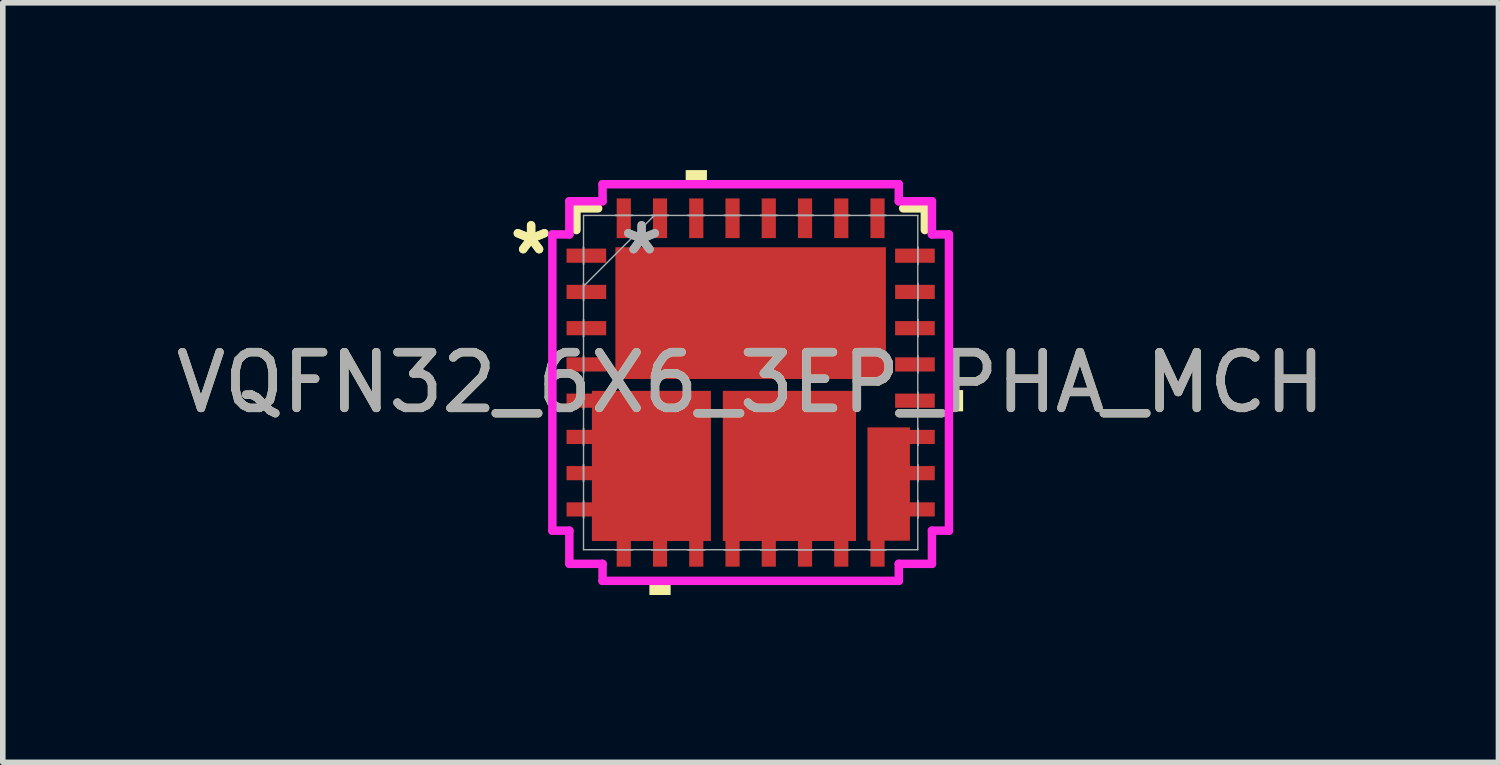
<source format=kicad_pcb>
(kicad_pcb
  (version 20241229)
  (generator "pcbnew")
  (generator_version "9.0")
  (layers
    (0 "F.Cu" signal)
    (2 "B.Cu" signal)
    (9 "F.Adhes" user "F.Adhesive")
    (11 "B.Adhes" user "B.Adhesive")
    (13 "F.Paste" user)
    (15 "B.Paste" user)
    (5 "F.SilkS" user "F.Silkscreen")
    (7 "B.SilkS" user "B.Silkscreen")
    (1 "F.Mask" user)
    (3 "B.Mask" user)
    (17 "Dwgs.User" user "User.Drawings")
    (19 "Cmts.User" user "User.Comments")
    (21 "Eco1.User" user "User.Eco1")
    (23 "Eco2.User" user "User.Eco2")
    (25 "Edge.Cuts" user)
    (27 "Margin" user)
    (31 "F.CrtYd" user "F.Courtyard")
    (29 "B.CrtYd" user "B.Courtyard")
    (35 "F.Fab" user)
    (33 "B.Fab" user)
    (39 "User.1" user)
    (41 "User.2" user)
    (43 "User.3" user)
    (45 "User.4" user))
  (footprint "VQFN32_6X6_3EP_PHA_MCH"
    (layer "F.Cu")
    (at 10.411 3.81)
    (property "Reference" "VQFN32_6X6_3EP_PHA_MCH" (at 0 0 0) (unlocked yes) (layer "F.SilkS") (effects (font (size 1 1) (thickness 0.15))))
    (attr smd)
    (fp_poly (pts (xy -2.847 0.149) (xy -0.713 0.149) (xy -0.713 2.841) (xy -2.847 2.841)) (stroke (width 0) (type solid)) (fill yes) (layer "F.Cu"))
    (fp_poly (pts (xy -0.499 0.149) (xy 1.889 0.149) (xy 1.889 2.841) (xy -0.499 2.841)) (stroke (width 0) (type solid)) (fill yes) (layer "F.Cu"))
    (fp_poly (pts (xy 2.094 0.804) (xy 2.856 0.804) (xy 2.856 2.836) (xy 2.094 2.836)) (stroke (width 0) (type solid)) (fill yes) (layer "F.Cu"))
    (fp_poly (pts (xy -2.847 0.149) (xy -0.713 0.149) (xy -0.713 2.841) (xy -2.847 2.841)) (stroke (width 0) (type solid)) (fill yes) (layer "F.Mask"))
    (fp_poly (pts (xy -0.499 0.149) (xy 1.889 0.149) (xy 1.889 2.841) (xy -0.499 2.841)) (stroke (width 0) (type solid)) (fill yes) (layer "F.Mask"))
    (fp_poly (pts (xy 2.094 0.804) (xy 2.856 0.804) (xy 2.856 2.836) (xy 2.094 2.836)) (stroke (width 0) (type solid)) (fill yes) (layer "F.Mask"))
    (fp_line (start -3.124 -3.124) (end -3.124 -2.735) (stroke (width 0.152) (type solid)) (layer "F.SilkS"))
    (fp_line (start -2.735 -3.124) (end -3.124 -3.124) (stroke (width 0.152) (type solid)) (layer "F.SilkS"))
    (fp_line (start 3.124 -3.124) (end 2.735 -3.124) (stroke (width 0.152) (type solid)) (layer "F.SilkS"))
    (fp_line (start 3.124 -2.735) (end 3.124 -3.124) (stroke (width 0.152) (type solid)) (layer "F.SilkS"))
    (fp_poly (pts (xy -1.816 3.556) (xy -1.816 3.81) (xy -1.435 3.81) (xy -1.435 3.556)) (stroke (width 0) (type solid)) (fill yes) (layer "F.SilkS"))
    (fp_poly (pts (xy -1.165 -3.556) (xy -1.165 -3.81) (xy -0.784 -3.81) (xy -0.784 -3.556)) (stroke (width 0) (type solid)) (fill yes) (layer "F.SilkS"))
    (fp_poly (pts (xy 3.81 0.135) (xy 3.81 0.516) (xy 3.556 0.516) (xy 3.556 0.135)) (stroke (width 0) (type solid)) (fill yes) (layer "F.SilkS"))
    (fp_poly (pts (xy -2.847 0.149) (xy -0.713 0.149) (xy -0.713 2.841) (xy -2.847 2.841)) (stroke (width 0) (type solid)) (fill yes) (layer "F.Paste"))
    (fp_poly (pts (xy -0.499 0.149) (xy 1.889 0.149) (xy 1.889 2.841) (xy -0.499 2.841)) (stroke (width 0) (type solid)) (fill yes) (layer "F.Paste"))
    (fp_poly (pts (xy 2.094 0.804) (xy 2.856 0.804) (xy 2.856 2.836) (xy 2.094 2.836)) (stroke (width 0) (type solid)) (fill yes) (layer "F.Paste"))
    (fp_line (start -3.556 -2.656) (end -3.251 -2.656) (stroke (width 0.152) (type solid)) (layer "F.CrtYd"))
    (fp_line (start -3.556 2.656) (end -3.556 -2.656) (stroke (width 0.152) (type solid)) (layer "F.CrtYd"))
    (fp_line (start -3.251 -3.251) (end -2.656 -3.251) (stroke (width 0.152) (type solid)) (layer "F.CrtYd"))
    (fp_line (start -3.251 -2.656) (end -3.251 -3.251) (stroke (width 0.152) (type solid)) (layer "F.CrtYd"))
    (fp_line (start -3.251 2.656) (end -3.556 2.656) (stroke (width 0.152) (type solid)) (layer "F.CrtYd"))
    (fp_line (start -3.251 3.251) (end -3.251 2.656) (stroke (width 0.152) (type solid)) (layer "F.CrtYd"))
    (fp_line (start -2.656 -3.556) (end 2.656 -3.556) (stroke (width 0.152) (type solid)) (layer "F.CrtYd"))
    (fp_line (start -2.656 -3.251) (end -2.656 -3.556) (stroke (width 0.152) (type solid)) (layer "F.CrtYd"))
    (fp_line (start -2.656 3.251) (end -3.251 3.251) (stroke (width 0.152) (type solid)) (layer "F.CrtYd"))
    (fp_line (start -2.656 3.556) (end -2.656 3.251) (stroke (width 0.152) (type solid)) (layer "F.CrtYd"))
    (fp_line (start 2.656 -3.556) (end 2.656 -3.251) (stroke (width 0.152) (type solid)) (layer "F.CrtYd"))
    (fp_line (start 2.656 -3.251) (end 3.251 -3.251) (stroke (width 0.152) (type solid)) (layer "F.CrtYd"))
    (fp_line (start 2.656 3.251) (end 2.656 3.556) (stroke (width 0.152) (type solid)) (layer "F.CrtYd"))
    (fp_line (start 2.656 3.556) (end -2.656 3.556) (stroke (width 0.152) (type solid)) (layer "F.CrtYd"))
    (fp_line (start 3.251 -3.251) (end 3.251 -2.656) (stroke (width 0.152) (type solid)) (layer "F.CrtYd"))
    (fp_line (start 3.251 -2.656) (end 3.556 -2.656) (stroke (width 0.152) (type solid)) (layer "F.CrtYd"))
    (fp_line (start 3.251 2.656) (end 3.251 3.251) (stroke (width 0.152) (type solid)) (layer "F.CrtYd"))
    (fp_line (start 3.251 3.251) (end 2.656 3.251) (stroke (width 0.152) (type solid)) (layer "F.CrtYd"))
    (fp_line (start 3.556 -2.656) (end 3.556 2.656) (stroke (width 0.152) (type solid)) (layer "F.CrtYd"))
    (fp_line (start 3.556 2.656) (end 3.251 2.656) (stroke (width 0.152) (type solid)) (layer "F.CrtYd"))
    (fp_line (start -2.997 -2.997) (end -2.997 2.997) (stroke (width 0.025) (type solid)) (layer "F.Fab"))
    (fp_line (start -2.997 -2.427) (end -2.997 -2.427) (stroke (width 0.025) (type solid)) (layer "F.Fab"))
    (fp_line (start -2.997 -2.427) (end -2.997 -2.123) (stroke (width 0.025) (type solid)) (layer "F.Fab"))
    (fp_line (start -2.997 -2.123) (end -2.997 -2.427) (stroke (width 0.025) (type solid)) (layer "F.Fab"))
    (fp_line (start -2.997 -2.123) (end -2.997 -2.123) (stroke (width 0.025) (type solid)) (layer "F.Fab"))
    (fp_line (start -2.997 -1.777) (end -2.997 -1.777) (stroke (width 0.025) (type solid)) (layer "F.Fab"))
    (fp_line (start -2.997 -1.777) (end -2.997 -1.473) (stroke (width 0.025) (type solid)) (layer "F.Fab"))
    (fp_line (start -2.997 -1.727) (end -1.727 -2.997) (stroke (width 0.025) (type solid)) (layer "F.Fab"))
    (fp_line (start -2.997 -1.473) (end -2.997 -1.777) (stroke (width 0.025) (type solid)) (layer "F.Fab"))
    (fp_line (start -2.997 -1.473) (end -2.997 -1.473) (stroke (width 0.025) (type solid)) (layer "F.Fab"))
    (fp_line (start -2.997 -1.127) (end -2.997 -1.127) (stroke (width 0.025) (type solid)) (layer "F.Fab"))
    (fp_line (start -2.997 -1.127) (end -2.997 -0.823) (stroke (width 0.025) (type solid)) (layer "F.Fab"))
    (fp_line (start -2.997 -0.823) (end -2.997 -1.127) (stroke (width 0.025) (type solid)) (layer "F.Fab"))
    (fp_line (start -2.997 -0.823) (end -2.997 -0.823) (stroke (width 0.025) (type solid)) (layer "F.Fab"))
    (fp_line (start -2.997 -0.477) (end -2.997 -0.477) (stroke (width 0.025) (type solid)) (layer "F.Fab"))
    (fp_line (start -2.997 -0.477) (end -2.997 -0.173) (stroke (width 0.025) (type solid)) (layer "F.Fab"))
    (fp_line (start -2.997 -0.173) (end -2.997 -0.477) (stroke (width 0.025) (type solid)) (layer "F.Fab"))
    (fp_line (start -2.997 -0.173) (end -2.997 -0.173) (stroke (width 0.025) (type solid)) (layer "F.Fab"))
    (fp_line (start -2.997 0.173) (end -2.997 0.173) (stroke (width 0.025) (type solid)) (layer "F.Fab"))
    (fp_line (start -2.997 0.173) (end -2.997 0.477) (stroke (width 0.025) (type solid)) (layer "F.Fab"))
    (fp_line (start -2.997 0.477) (end -2.997 0.173) (stroke (width 0.025) (type solid)) (layer "F.Fab"))
    (fp_line (start -2.997 0.477) (end -2.997 0.477) (stroke (width 0.025) (type solid)) (layer "F.Fab"))
    (fp_line (start -2.997 0.823) (end -2.997 0.823) (stroke (width 0.025) (type solid)) (layer "F.Fab"))
    (fp_line (start -2.997 0.823) (end -2.997 1.127) (stroke (width 0.025) (type solid)) (layer "F.Fab"))
    (fp_line (start -2.997 1.127) (end -2.997 0.823) (stroke (width 0.025) (type solid)) (layer "F.Fab"))
    (fp_line (start -2.997 1.127) (end -2.997 1.127) (stroke (width 0.025) (type solid)) (layer "F.Fab"))
    (fp_line (start -2.997 1.473) (end -2.997 1.473) (stroke (width 0.025) (type solid)) (layer "F.Fab"))
    (fp_line (start -2.997 1.473) (end -2.997 1.777) (stroke (width 0.025) (type solid)) (layer "F.Fab"))
    (fp_line (start -2.997 1.777) (end -2.997 1.473) (stroke (width 0.025) (type solid)) (layer "F.Fab"))
    (fp_line (start -2.997 1.777) (end -2.997 1.777) (stroke (width 0.025) (type solid)) (layer "F.Fab"))
    (fp_line (start -2.997 2.123) (end -2.997 2.123) (stroke (width 0.025) (type solid)) (layer "F.Fab"))
    (fp_line (start -2.997 2.123) (end -2.997 2.427) (stroke (width 0.025) (type solid)) (layer "F.Fab"))
    (fp_line (start -2.997 2.427) (end -2.997 2.123) (stroke (width 0.025) (type solid)) (layer "F.Fab"))
    (fp_line (start -2.997 2.427) (end -2.997 2.427) (stroke (width 0.025) (type solid)) (layer "F.Fab"))
    (fp_line (start -2.997 2.997) (end 2.997 2.997) (stroke (width 0.025) (type solid)) (layer "F.Fab"))
    (fp_line (start -2.427 -2.997) (end -2.427 -2.997) (stroke (width 0.025) (type solid)) (layer "F.Fab"))
    (fp_line (start -2.427 -2.997) (end -2.123 -2.997) (stroke (width 0.025) (type solid)) (layer "F.Fab"))
    (fp_line (start -2.427 2.997) (end -2.427 2.997) (stroke (width 0.025) (type solid)) (layer "F.Fab"))
    (fp_line (start -2.427 2.997) (end -2.123 2.997) (stroke (width 0.025) (type solid)) (layer "F.Fab"))
    (fp_line (start -2.123 -2.997) (end -2.427 -2.997) (stroke (width 0.025) (type solid)) (layer "F.Fab"))
    (fp_line (start -2.123 -2.997) (end -2.123 -2.997) (stroke (width 0.025) (type solid)) (layer "F.Fab"))
    (fp_line (start -2.123 2.997) (end -2.427 2.997) (stroke (width 0.025) (type solid)) (layer "F.Fab"))
    (fp_line (start -2.123 2.997) (end -2.123 2.997) (stroke (width 0.025) (type solid)) (layer "F.Fab"))
    (fp_line (start -1.777 -2.997) (end -1.777 -2.997) (stroke (width 0.025) (type solid)) (layer "F.Fab"))
    (fp_line (start -1.777 -2.997) (end -1.473 -2.997) (stroke (width 0.025) (type solid)) (layer "F.Fab"))
    (fp_line (start -1.777 2.997) (end -1.777 2.997) (stroke (width 0.025) (type solid)) (layer "F.Fab"))
    (fp_line (start -1.777 2.997) (end -1.473 2.997) (stroke (width 0.025) (type solid)) (layer "F.Fab"))
    (fp_line (start -1.473 -2.997) (end -1.777 -2.997) (stroke (width 0.025) (type solid)) (layer "F.Fab"))
    (fp_line (start -1.473 -2.997) (end -1.473 -2.997) (stroke (width 0.025) (type solid)) (layer "F.Fab"))
    (fp_line (start -1.473 2.997) (end -1.777 2.997) (stroke (width 0.025) (type solid)) (layer "F.Fab"))
    (fp_line (start -1.473 2.997) (end -1.473 2.997) (stroke (width 0.025) (type solid)) (layer "F.Fab"))
    (fp_line (start -1.127 -2.997) (end -1.127 -2.997) (stroke (width 0.025) (type solid)) (layer "F.Fab"))
    (fp_line (start -1.127 -2.997) (end -0.823 -2.997) (stroke (width 0.025) (type solid)) (layer "F.Fab"))
    (fp_line (start -1.127 2.997) (end -1.127 2.997) (stroke (width 0.025) (type solid)) (layer "F.Fab"))
    (fp_line (start -1.127 2.997) (end -0.823 2.997) (stroke (width 0.025) (type solid)) (layer "F.Fab"))
    (fp_line (start -0.823 -2.997) (end -1.127 -2.997) (stroke (width 0.025) (type solid)) (layer "F.Fab"))
    (fp_line (start -0.823 -2.997) (end -0.823 -2.997) (stroke (width 0.025) (type solid)) (layer "F.Fab"))
    (fp_line (start -0.823 2.997) (end -1.127 2.997) (stroke (width 0.025) (type solid)) (layer "F.Fab"))
    (fp_line (start -0.823 2.997) (end -0.823 2.997) (stroke (width 0.025) (type solid)) (layer "F.Fab"))
    (fp_line (start -0.477 -2.997) (end -0.477 -2.997) (stroke (width 0.025) (type solid)) (layer "F.Fab"))
    (fp_line (start -0.477 -2.997) (end -0.173 -2.997) (stroke (width 0.025) (type solid)) (layer "F.Fab"))
    (fp_line (start -0.477 2.997) (end -0.477 2.997) (stroke (width 0.025) (type solid)) (layer "F.Fab"))
    (fp_line (start -0.477 2.997) (end -0.173 2.997) (stroke (width 0.025) (type solid)) (layer "F.Fab"))
    (fp_line (start -0.173 -2.997) (end -0.477 -2.997) (stroke (width 0.025) (type solid)) (layer "F.Fab"))
    (fp_line (start -0.173 -2.997) (end -0.173 -2.997) (stroke (width 0.025) (type solid)) (layer "F.Fab"))
    (fp_line (start -0.173 2.997) (end -0.477 2.997) (stroke (width 0.025) (type solid)) (layer "F.Fab"))
    (fp_line (start -0.173 2.997) (end -0.173 2.997) (stroke (width 0.025) (type solid)) (layer "F.Fab"))
    (fp_line (start 0.173 -2.997) (end 0.173 -2.997) (stroke (width 0.025) (type solid)) (layer "F.Fab"))
    (fp_line (start 0.173 -2.997) (end 0.477 -2.997) (stroke (width 0.025) (type solid)) (layer "F.Fab"))
    (fp_line (start 0.173 2.997) (end 0.173 2.997) (stroke (width 0.025) (type solid)) (layer "F.Fab"))
    (fp_line (start 0.173 2.997) (end 0.477 2.997) (stroke (width 0.025) (type solid)) (layer "F.Fab"))
    (fp_line (start 0.477 -2.997) (end 0.173 -2.997) (stroke (width 0.025) (type solid)) (layer "F.Fab"))
    (fp_line (start 0.477 -2.997) (end 0.477 -2.997) (stroke (width 0.025) (type solid)) (layer "F.Fab"))
    (fp_line (start 0.477 2.997) (end 0.173 2.997) (stroke (width 0.025) (type solid)) (layer "F.Fab"))
    (fp_line (start 0.477 2.997) (end 0.477 2.997) (stroke (width 0.025) (type solid)) (layer "F.Fab"))
    (fp_line (start 0.823 -2.997) (end 0.823 -2.997) (stroke (width 0.025) (type solid)) (layer "F.Fab"))
    (fp_line (start 0.823 -2.997) (end 1.127 -2.997) (stroke (width 0.025) (type solid)) (layer "F.Fab"))
    (fp_line (start 0.823 2.997) (end 0.823 2.997) (stroke (width 0.025) (type solid)) (layer "F.Fab"))
    (fp_line (start 0.823 2.997) (end 1.127 2.997) (stroke (width 0.025) (type solid)) (layer "F.Fab"))
    (fp_line (start 1.127 -2.997) (end 0.823 -2.997) (stroke (width 0.025) (type solid)) (layer "F.Fab"))
    (fp_line (start 1.127 -2.997) (end 1.127 -2.997) (stroke (width 0.025) (type solid)) (layer "F.Fab"))
    (fp_line (start 1.127 2.997) (end 0.823 2.997) (stroke (width 0.025) (type solid)) (layer "F.Fab"))
    (fp_line (start 1.127 2.997) (end 1.127 2.997) (stroke (width 0.025) (type solid)) (layer "F.Fab"))
    (fp_line (start 1.473 -2.997) (end 1.473 -2.997) (stroke (width 0.025) (type solid)) (layer "F.Fab"))
    (fp_line (start 1.473 -2.997) (end 1.777 -2.997) (stroke (width 0.025) (type solid)) (layer "F.Fab"))
    (fp_line (start 1.473 2.997) (end 1.473 2.997) (stroke (width 0.025) (type solid)) (layer "F.Fab"))
    (fp_line (start 1.473 2.997) (end 1.777 2.997) (stroke (width 0.025) (type solid)) (layer "F.Fab"))
    (fp_line (start 1.777 -2.997) (end 1.473 -2.997) (stroke (width 0.025) (type solid)) (layer "F.Fab"))
    (fp_line (start 1.777 -2.997) (end 1.777 -2.997) (stroke (width 0.025) (type solid)) (layer "F.Fab"))
    (fp_line (start 1.777 2.997) (end 1.473 2.997) (stroke (width 0.025) (type solid)) (layer "F.Fab"))
    (fp_line (start 1.777 2.997) (end 1.777 2.997) (stroke (width 0.025) (type solid)) (layer "F.Fab"))
    (fp_line (start 2.123 -2.997) (end 2.123 -2.997) (stroke (width 0.025) (type solid)) (layer "F.Fab"))
    (fp_line (start 2.123 -2.997) (end 2.427 -2.997) (stroke (width 0.025) (type solid)) (layer "F.Fab"))
    (fp_line (start 2.123 2.997) (end 2.123 2.997) (stroke (width 0.025) (type solid)) (layer "F.Fab"))
    (fp_line (start 2.123 2.997) (end 2.427 2.997) (stroke (width 0.025) (type solid)) (layer "F.Fab"))
    (fp_line (start 2.427 -2.997) (end 2.123 -2.997) (stroke (width 0.025) (type solid)) (layer "F.Fab"))
    (fp_line (start 2.427 -2.997) (end 2.427 -2.997) (stroke (width 0.025) (type solid)) (layer "F.Fab"))
    (fp_line (start 2.427 2.997) (end 2.123 2.997) (stroke (width 0.025) (type solid)) (layer "F.Fab"))
    (fp_line (start 2.427 2.997) (end 2.427 2.997) (stroke (width 0.025) (type solid)) (layer "F.Fab"))
    (fp_line (start 2.997 -2.997) (end -2.997 -2.997) (stroke (width 0.025) (type solid)) (layer "F.Fab"))
    (fp_line (start 2.997 -2.427) (end 2.997 -2.427) (stroke (width 0.025) (type solid)) (layer "F.Fab"))
    (fp_line (start 2.997 -2.427) (end 2.997 -2.123) (stroke (width 0.025) (type solid)) (layer "F.Fab"))
    (fp_line (start 2.997 -2.123) (end 2.997 -2.427) (stroke (width 0.025) (type solid)) (layer "F.Fab"))
    (fp_line (start 2.997 -2.123) (end 2.997 -2.123) (stroke (width 0.025) (type solid)) (layer "F.Fab"))
    (fp_line (start 2.997 -1.777) (end 2.997 -1.777) (stroke (width 0.025) (type solid)) (layer "F.Fab"))
    (fp_line (start 2.997 -1.777) (end 2.997 -1.473) (stroke (width 0.025) (type solid)) (layer "F.Fab"))
    (fp_line (start 2.997 -1.473) (end 2.997 -1.777) (stroke (width 0.025) (type solid)) (layer "F.Fab"))
    (fp_line (start 2.997 -1.473) (end 2.997 -1.473) (stroke (width 0.025) (type solid)) (layer "F.Fab"))
    (fp_line (start 2.997 -1.127) (end 2.997 -1.127) (stroke (width 0.025) (type solid)) (layer "F.Fab"))
    (fp_line (start 2.997 -1.127) (end 2.997 -0.823) (stroke (width 0.025) (type solid)) (layer "F.Fab"))
    (fp_line (start 2.997 -0.823) (end 2.997 -1.127) (stroke (width 0.025) (type solid)) (layer "F.Fab"))
    (fp_line (start 2.997 -0.823) (end 2.997 -0.823) (stroke (width 0.025) (type solid)) (layer "F.Fab"))
    (fp_line (start 2.997 -0.477) (end 2.997 -0.477) (stroke (width 0.025) (type solid)) (layer "F.Fab"))
    (fp_line (start 2.997 -0.477) (end 2.997 -0.173) (stroke (width 0.025) (type solid)) (layer "F.Fab"))
    (fp_line (start 2.997 -0.173) (end 2.997 -0.477) (stroke (width 0.025) (type solid)) (layer "F.Fab"))
    (fp_line (start 2.997 -0.173) (end 2.997 -0.173) (stroke (width 0.025) (type solid)) (layer "F.Fab"))
    (fp_line (start 2.997 0.173) (end 2.997 0.173) (stroke (width 0.025) (type solid)) (layer "F.Fab"))
    (fp_line (start 2.997 0.173) (end 2.997 0.477) (stroke (width 0.025) (type solid)) (layer "F.Fab"))
    (fp_line (start 2.997 0.477) (end 2.997 0.173) (stroke (width 0.025) (type solid)) (layer "F.Fab"))
    (fp_line (start 2.997 0.477) (end 2.997 0.477) (stroke (width 0.025) (type solid)) (layer "F.Fab"))
    (fp_line (start 2.997 0.823) (end 2.997 0.823) (stroke (width 0.025) (type solid)) (layer "F.Fab"))
    (fp_line (start 2.997 0.823) (end 2.997 1.127) (stroke (width 0.025) (type solid)) (layer "F.Fab"))
    (fp_line (start 2.997 1.127) (end 2.997 0.823) (stroke (width 0.025) (type solid)) (layer "F.Fab"))
    (fp_line (start 2.997 1.127) (end 2.997 1.127) (stroke (width 0.025) (type solid)) (layer "F.Fab"))
    (fp_line (start 2.997 1.473) (end 2.997 1.473) (stroke (width 0.025) (type solid)) (layer "F.Fab"))
    (fp_line (start 2.997 1.473) (end 2.997 1.777) (stroke (width 0.025) (type solid)) (layer "F.Fab"))
    (fp_line (start 2.997 1.777) (end 2.997 1.473) (stroke (width 0.025) (type solid)) (layer "F.Fab"))
    (fp_line (start 2.997 1.777) (end 2.997 1.777) (stroke (width 0.025) (type solid)) (layer "F.Fab"))
    (fp_line (start 2.997 2.123) (end 2.997 2.123) (stroke (width 0.025) (type solid)) (layer "F.Fab"))
    (fp_line (start 2.997 2.123) (end 2.997 2.427) (stroke (width 0.025) (type solid)) (layer "F.Fab"))
    (fp_line (start 2.997 2.427) (end 2.997 2.123) (stroke (width 0.025) (type solid)) (layer "F.Fab"))
    (fp_line (start 2.997 2.427) (end 2.997 2.427) (stroke (width 0.025) (type solid)) (layer "F.Fab"))
    (fp_line (start 2.997 2.997) (end 2.997 -2.997) (stroke (width 0.025) (type solid)) (layer "F.Fab"))
    (fp_text user "*" (at -3.937 -2.275 0) (unlocked yes) (layer "F.SilkS") (effects (font (size 1 1) (thickness 0.15))))
    (fp_text user "*" (at -3.937 -2.275 0) (layer "F.SilkS") (effects (font (size 1 1) (thickness 0.15))))
    (fp_text user "*" (at -1.956 -2.275 0) (layer "F.Fab") (effects (font (size 1 1) (thickness 0.15))))
    (fp_text user "${REFERENCE}" (at 0 0 0) (unlocked yes) (layer "F.Fab") (effects (font (size 1 1) (thickness 0.15))))
    (fp_text user "*" (at -1.956 -2.275 0) (unlocked yes) (layer "F.Fab") (effects (font (size 1 1) (thickness 0.15))))
    (pad "1" smd rect (at -2.946 -2.275 90) (size 0.254 0.711) (layers "F.Cu" "F.Mask" "F.Paste"))
    (pad "2" smd rect (at -2.946 -1.625 90) (size 0.254 0.711) (layers "F.Cu" "F.Mask" "F.Paste"))
    (pad "3" smd rect (at -2.946 -0.975 90) (size 0.254 0.711) (layers "F.Cu" "F.Mask" "F.Paste"))
    (pad "4" smd rect (at -2.946 -0.325 90) (size 0.254 0.711) (layers "F.Cu" "F.Mask" "F.Paste"))
    (pad "5" smd rect (at -2.946 0.325 90) (size 0.254 0.711) (layers "F.Cu" "F.Mask" "F.Paste"))
    (pad "6" smd rect (at -2.946 0.975 90) (size 0.254 0.711) (layers "F.Cu" "F.Mask" "F.Paste"))
    (pad "7" smd rect (at -2.946 1.625 90) (size 0.254 0.711) (layers "F.Cu" "F.Mask" "F.Paste"))
    (pad "8" smd rect (at -2.946 2.275 90) (size 0.254 0.711) (layers "F.Cu" "F.Mask" "F.Paste"))
    (pad "9" smd rect (at -2.275 2.946) (size 0.254 0.711) (layers "F.Cu" "F.Mask" "F.Paste"))
    (pad "10" smd rect (at -1.625 2.946) (size 0.254 0.711) (layers "F.Cu" "F.Mask" "F.Paste"))
    (pad "11" smd rect (at -0.975 2.946) (size 0.254 0.711) (layers "F.Cu" "F.Mask" "F.Paste"))
    (pad "12" smd rect (at -0.325 2.946) (size 0.254 0.711) (layers "F.Cu" "F.Mask" "F.Paste"))
    (pad "13" smd rect (at 0.325 2.946) (size 0.254 0.711) (layers "F.Cu" "F.Mask" "F.Paste"))
    (pad "14" smd rect (at 0.975 2.946) (size 0.254 0.711) (layers "F.Cu" "F.Mask" "F.Paste"))
    (pad "15" smd rect (at 1.625 2.946) (size 0.254 0.711) (layers "F.Cu" "F.Mask" "F.Paste"))
    (pad "16" smd rect (at 2.275 2.946) (size 0.254 0.711) (layers "F.Cu" "F.Mask" "F.Paste"))
    (pad "17" smd rect (at 2.946 2.275 90) (size 0.254 0.711) (layers "F.Cu" "F.Mask" "F.Paste"))
    (pad "18" smd rect (at 2.946 1.625 90) (size 0.254 0.711) (layers "F.Cu" "F.Mask" "F.Paste"))
    (pad "19" smd rect (at 2.946 0.975 90) (size 0.254 0.711) (layers "F.Cu" "F.Mask" "F.Paste"))
    (pad "20" smd rect (at 2.946 0.325 90) (size 0.254 0.711) (layers "F.Cu" "F.Mask" "F.Paste"))
    (pad "21" smd rect (at 2.946 -0.325 90) (size 0.254 0.711) (layers "F.Cu" "F.Mask" "F.Paste"))
    (pad "22" smd rect (at 2.946 -0.975 90) (size 0.254 0.711) (layers "F.Cu" "F.Mask" "F.Paste"))
    (pad "23" smd rect (at 2.946 -1.625 90) (size 0.254 0.711) (layers "F.Cu" "F.Mask" "F.Paste"))
    (pad "24" smd rect (at 2.946 -2.275 90) (size 0.254 0.711) (layers "F.Cu" "F.Mask" "F.Paste"))
    (pad "25" smd rect (at 2.275 -2.946) (size 0.254 0.711) (layers "F.Cu" "F.Mask" "F.Paste"))
    (pad "26" smd rect (at 1.625 -2.946) (size 0.254 0.711) (layers "F.Cu" "F.Mask" "F.Paste"))
    (pad "27" smd rect (at 0.975 -2.946) (size 0.254 0.711) (layers "F.Cu" "F.Mask" "F.Paste"))
    (pad "28" smd rect (at 0.325 -2.946) (size 0.254 0.711) (layers "F.Cu" "F.Mask" "F.Paste"))
    (pad "29" smd rect (at -0.325 -2.946) (size 0.254 0.711) (layers "F.Cu" "F.Mask" "F.Paste"))
    (pad "30" smd rect (at -0.975 -2.946) (size 0.254 0.711) (layers "F.Cu" "F.Mask" "F.Paste"))
    (pad "31" smd rect (at -1.625 -2.946) (size 0.254 0.711) (layers "F.Cu" "F.Mask" "F.Paste"))
    (pad "32" smd rect (at -2.275 -2.946) (size 0.254 0.711) (layers "F.Cu" "F.Mask" "F.Paste"))
    (pad "33" smd rect (at 0 -1.245) (size 4.851 2.362) (layers "F.Cu" "F.Mask" "F.Paste")))
  (gr_rect
    (start -3 -3)
    (end 23.821 10.62)
    (stroke (width 0.1) (type default))
    (fill no)
    (layer "Edge.Cuts")))
</source>
